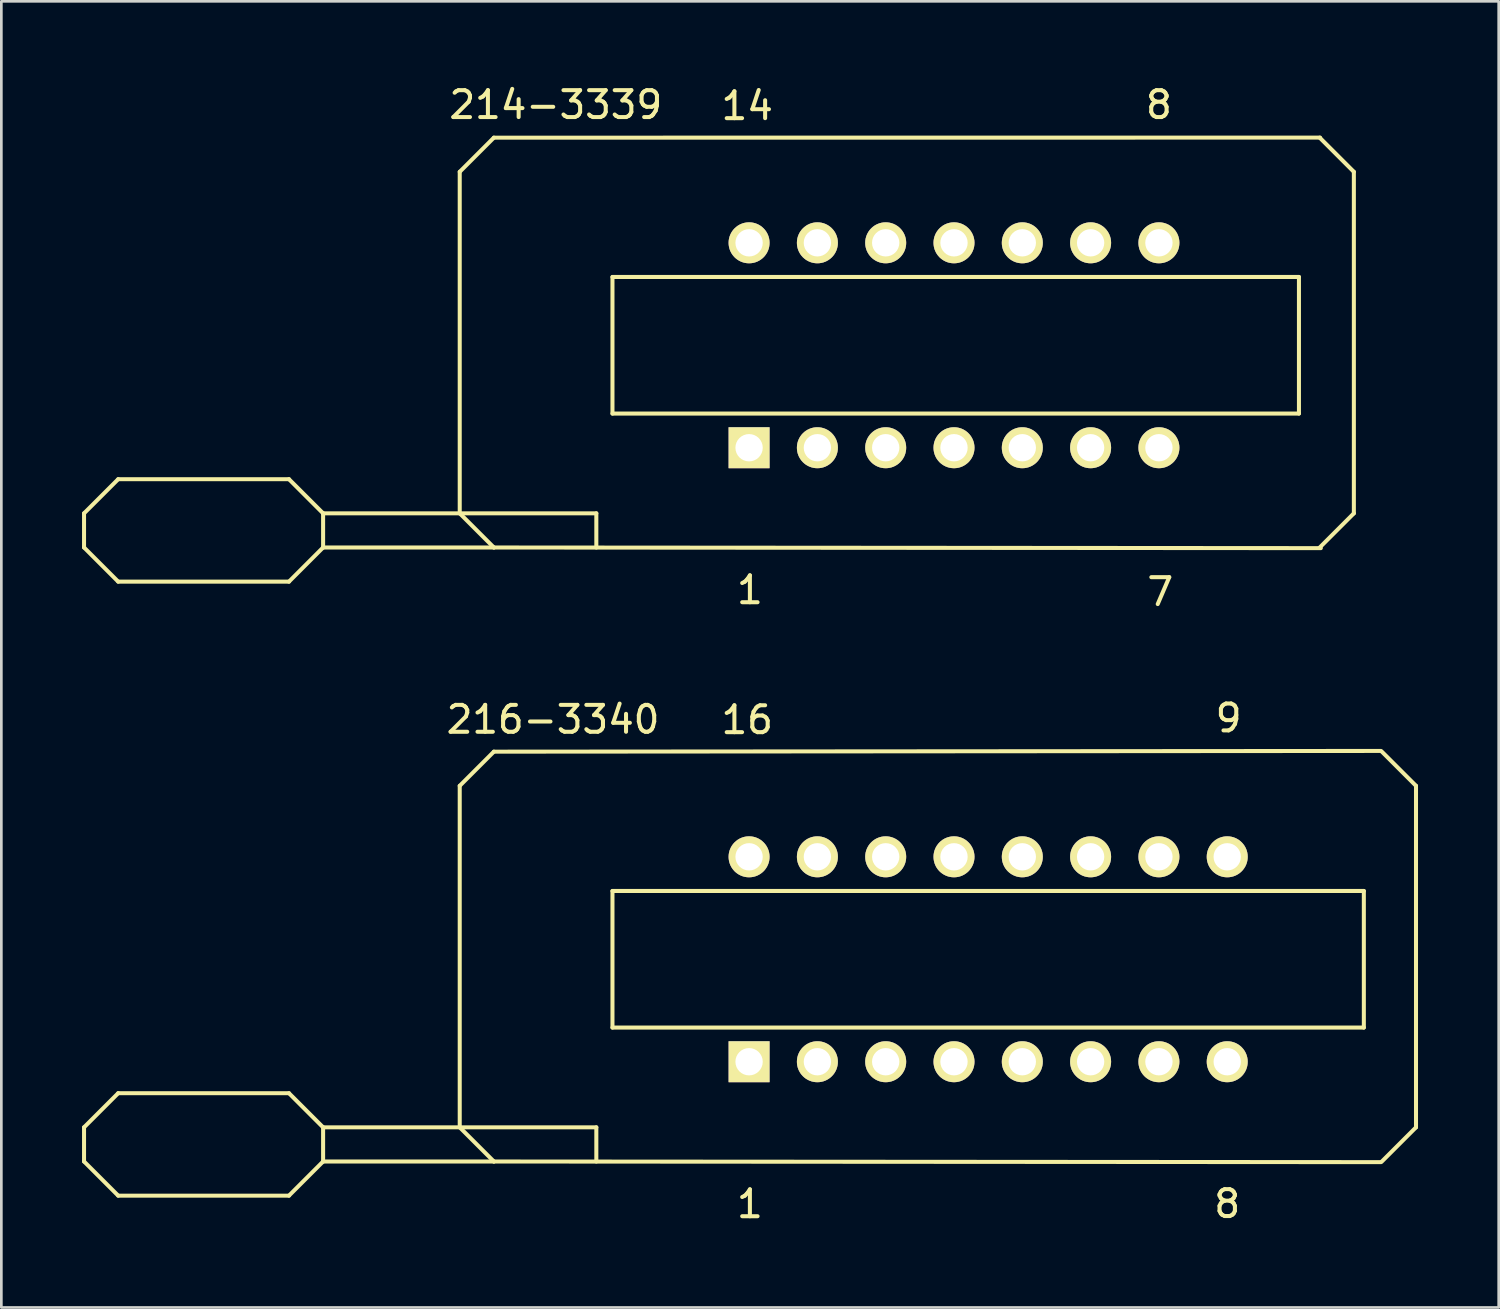
<source format=kicad_pcb>
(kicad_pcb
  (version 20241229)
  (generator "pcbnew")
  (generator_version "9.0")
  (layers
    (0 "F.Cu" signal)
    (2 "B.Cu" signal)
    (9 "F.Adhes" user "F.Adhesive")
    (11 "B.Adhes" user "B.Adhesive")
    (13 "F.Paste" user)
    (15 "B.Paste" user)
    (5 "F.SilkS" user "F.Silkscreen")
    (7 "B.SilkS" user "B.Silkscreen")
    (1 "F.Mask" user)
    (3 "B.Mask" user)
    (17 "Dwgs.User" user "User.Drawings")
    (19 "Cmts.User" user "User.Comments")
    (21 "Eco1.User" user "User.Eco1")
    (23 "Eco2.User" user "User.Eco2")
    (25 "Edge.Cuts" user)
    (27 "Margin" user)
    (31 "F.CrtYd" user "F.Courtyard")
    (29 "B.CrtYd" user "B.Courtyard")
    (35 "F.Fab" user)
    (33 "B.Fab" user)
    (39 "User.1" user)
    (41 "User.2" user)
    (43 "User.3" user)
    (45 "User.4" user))
  (footprint "216-3340"
    (layer "F.Cu")
    (at 36.235 32.621)
    (property "Reference" "216-3340" (at -18.72 -8.915 180) (layer "F.SilkS") (effects (font (size 1 1) (thickness 0.15))))
    (attr through_hole)
    (fp_line (start -36.16 6.25) (end -36.16 7.52) (stroke (width 0.15) (type solid)) (layer "F.SilkS"))
    (fp_line (start -36.16 7.52) (end -34.89 8.79) (stroke (width 0.15) (type solid)) (layer "F.SilkS"))
    (fp_line (start -34.89 4.98) (end -36.16 6.25) (stroke (width 0.15) (type solid)) (layer "F.SilkS"))
    (fp_line (start -34.89 8.79) (end -28.54 8.79) (stroke (width 0.15) (type solid)) (layer "F.SilkS"))
    (fp_line (start -28.54 4.98) (end -34.89 4.98) (stroke (width 0.15) (type solid)) (layer "F.SilkS"))
    (fp_line (start -28.54 8.79) (end -27.27 7.52) (stroke (width 0.15) (type solid)) (layer "F.SilkS"))
    (fp_line (start -27.27 6.25) (end -28.54 4.98) (stroke (width 0.15) (type solid)) (layer "F.SilkS"))
    (fp_line (start -27.27 6.25) (end -17.11 6.25) (stroke (width 0.15) (type solid)) (layer "F.SilkS"))
    (fp_line (start -27.27 7.52) (end -27.27 6.25) (stroke (width 0.15) (type solid)) (layer "F.SilkS"))
    (fp_line (start -27.27 7.52) (end -20.92 7.52) (stroke (width 0.15) (type solid)) (layer "F.SilkS"))
    (fp_line (start -22.19 -6.45) (end -20.92 -7.72) (stroke (width 0.15) (type solid)) (layer "F.SilkS"))
    (fp_line (start -22.19 6.25) (end -22.19 -6.45) (stroke (width 0.15) (type solid)) (layer "F.SilkS"))
    (fp_line (start -20.92 -7.72) (end 12.065 -7.747) (stroke (width 0.15) (type solid)) (layer "F.SilkS"))
    (fp_line (start -20.92 7.52) (end -22.19 6.25) (stroke (width 0.15) (type solid)) (layer "F.SilkS"))
    (fp_line (start -17.11 6.25) (end -17.11 7.52) (stroke (width 0.15) (type solid)) (layer "F.SilkS"))
    (fp_line (start -16.51 -2.54) (end -16.51 2.54) (stroke (width 0.15) (type solid)) (layer "F.SilkS"))
    (fp_line (start -16.51 2.54) (end 11.43 2.54) (stroke (width 0.15) (type solid)) (layer "F.SilkS"))
    (fp_line (start 11.43 -2.54) (end -16.51 -2.54) (stroke (width 0.15) (type solid)) (layer "F.SilkS"))
    (fp_line (start 11.43 2.54) (end 11.43 -2.54) (stroke (width 0.15) (type solid)) (layer "F.SilkS"))
    (fp_line (start 12.065 7.544) (end -20.92 7.52) (stroke (width 0.15) (type solid)) (layer "F.SilkS"))
    (fp_line (start 12.1 -7.72) (end 13.37 -6.45) (stroke (width 0.15) (type solid)) (layer "F.SilkS"))
    (fp_line (start 13.37 -6.45) (end 13.37 6.25) (stroke (width 0.15) (type solid)) (layer "F.SilkS"))
    (fp_line (start 13.37 6.25) (end 12.1 7.52) (stroke (width 0.15) (type solid)) (layer "F.SilkS"))
    (fp_text user "16" (at -11.5 -8.9 0) (layer "F.SilkS") (effects (font (size 1 1) (thickness 0.15))))
    (fp_text user "8" (at 6.35 9.093 0) (layer "F.SilkS") (effects (font (size 1 1) (thickness 0.15))))
    (fp_text user "1" (at -11.4 9.1 0) (layer "F.SilkS") (effects (font (size 1 1) (thickness 0.15))))
    (fp_text user "9" (at 6.401 -8.966 0) (layer "F.SilkS") (effects (font (size 1 1) (thickness 0.15))))
    (pad "1" thru_hole rect (at -11.43 3.81) (size 1.524 1.524) (drill 1.016) (layers "*.Cu" "*.Mask" "F.SilkS"))
    (pad "2" thru_hole circle (at -8.89 3.81) (size 1.524 1.524) (drill 1.016) (layers "*.Cu" "*.Mask" "F.SilkS"))
    (pad "3" thru_hole circle (at -6.35 3.81) (size 1.524 1.524) (drill 1.016) (layers "*.Cu" "*.Mask" "F.SilkS"))
    (pad "4" thru_hole circle (at -3.81 3.81) (size 1.524 1.524) (drill 1.016) (layers "*.Cu" "*.Mask" "F.SilkS"))
    (pad "5" thru_hole circle (at -1.27 3.81) (size 1.524 1.524) (drill 1.016) (layers "*.Cu" "*.Mask" "F.SilkS"))
    (pad "6" thru_hole circle (at 1.27 3.81) (size 1.524 1.524) (drill 1.016) (layers "*.Cu" "*.Mask" "F.SilkS"))
    (pad "7" thru_hole circle (at 3.81 3.81) (size 1.524 1.524) (drill 1.016) (layers "*.Cu" "*.Mask" "F.SilkS"))
    (pad "8" thru_hole circle (at 6.35 3.81) (size 1.524 1.524) (drill 1.016) (layers "*.Cu" "*.Mask" "F.SilkS"))
    (pad "9" thru_hole circle (at 6.35 -3.81) (size 1.524 1.524) (drill 1.016) (layers "*.Cu" "*.Mask" "F.SilkS"))
    (pad "10" thru_hole circle (at 3.81 -3.81) (size 1.524 1.524) (drill 1.016) (layers "*.Cu" "*.Mask" "F.SilkS"))
    (pad "11" thru_hole circle (at 1.27 -3.81) (size 1.524 1.524) (drill 1.016) (layers "*.Cu" "*.Mask" "F.SilkS"))
    (pad "12" thru_hole circle (at -1.27 -3.81) (size 1.524 1.524) (drill 1.016) (layers "*.Cu" "*.Mask" "F.SilkS"))
    (pad "13" thru_hole circle (at -3.81 -3.81) (size 1.524 1.524) (drill 1.016) (layers "*.Cu" "*.Mask" "F.SilkS"))
    (pad "14" thru_hole circle (at -6.35 -3.81) (size 1.524 1.524) (drill 1.016) (layers "*.Cu" "*.Mask" "F.SilkS"))
    (pad "15" thru_hole circle (at -8.89 -3.81) (size 1.524 1.524) (drill 1.016) (layers "*.Cu" "*.Mask" "F.SilkS"))
    (pad "16" thru_hole circle (at -11.43 -3.81) (size 1.524 1.524) (drill 1.016) (layers "*.Cu" "*.Mask" "F.SilkS")))
  (footprint "214-3339"
    (layer "F.Cu")
    (at 36.235 9.789)
    (property "Reference" "214-3339" (at -18.618 -8.941 180) (layer "F.SilkS") (effects (font (size 1 1) (thickness 0.15))))
    (attr through_hole)
    (fp_line (start -36.16 6.25) (end -36.16 7.52) (stroke (width 0.15) (type solid)) (layer "F.SilkS"))
    (fp_line (start -36.16 7.52) (end -34.89 8.79) (stroke (width 0.15) (type solid)) (layer "F.SilkS"))
    (fp_line (start -34.89 4.98) (end -36.16 6.25) (stroke (width 0.15) (type solid)) (layer "F.SilkS"))
    (fp_line (start -34.89 8.79) (end -28.54 8.79) (stroke (width 0.15) (type solid)) (layer "F.SilkS"))
    (fp_line (start -28.54 4.98) (end -34.89 4.98) (stroke (width 0.15) (type solid)) (layer "F.SilkS"))
    (fp_line (start -28.54 8.79) (end -27.27 7.52) (stroke (width 0.15) (type solid)) (layer "F.SilkS"))
    (fp_line (start -27.27 6.25) (end -28.54 4.98) (stroke (width 0.15) (type solid)) (layer "F.SilkS"))
    (fp_line (start -27.27 6.25) (end -17.11 6.25) (stroke (width 0.15) (type solid)) (layer "F.SilkS"))
    (fp_line (start -27.27 7.52) (end -27.27 6.25) (stroke (width 0.15) (type solid)) (layer "F.SilkS"))
    (fp_line (start -27.27 7.52) (end -20.92 7.52) (stroke (width 0.15) (type solid)) (layer "F.SilkS"))
    (fp_line (start -22.19 -6.45) (end -20.92 -7.72) (stroke (width 0.15) (type solid)) (layer "F.SilkS"))
    (fp_line (start -22.19 6.25) (end -22.19 -6.45) (stroke (width 0.15) (type solid)) (layer "F.SilkS"))
    (fp_line (start -20.92 -7.72) (end 9.804 -7.722) (stroke (width 0.15) (type solid)) (layer "F.SilkS"))
    (fp_line (start -20.92 7.52) (end -22.19 6.25) (stroke (width 0.15) (type solid)) (layer "F.SilkS"))
    (fp_line (start -17.11 6.25) (end -17.11 7.52) (stroke (width 0.15) (type solid)) (layer "F.SilkS"))
    (fp_line (start -16.51 -2.54) (end -16.51 2.54) (stroke (width 0.15) (type solid)) (layer "F.SilkS"))
    (fp_line (start -16.51 2.54) (end 9.017 2.54) (stroke (width 0.15) (type solid)) (layer "F.SilkS"))
    (fp_line (start 9.017 -2.54) (end -16.51 -2.54) (stroke (width 0.15) (type solid)) (layer "F.SilkS"))
    (fp_line (start 9.017 2.54) (end 9.017 -2.54) (stroke (width 0.15) (type solid)) (layer "F.SilkS"))
    (fp_line (start 9.789 -7.72) (end 11.059 -6.45) (stroke (width 0.15) (type solid)) (layer "F.SilkS"))
    (fp_line (start 9.83 7.544) (end -20.92 7.52) (stroke (width 0.15) (type solid)) (layer "F.SilkS"))
    (fp_line (start 11.059 -6.45) (end 11.059 6.25) (stroke (width 0.15) (type solid)) (layer "F.SilkS"))
    (fp_line (start 11.059 6.25) (end 9.789 7.52) (stroke (width 0.15) (type solid)) (layer "F.SilkS"))
    (fp_text user "8" (at 3.81 -8.941 0) (layer "F.SilkS") (effects (font (size 1 1) (thickness 0.15))))
    (fp_text user "14" (at -11.5 -8.9 0) (layer "F.SilkS") (effects (font (size 1 1) (thickness 0.15))))
    (fp_text user "7" (at 3.861 9.169 0) (layer "F.SilkS") (effects (font (size 1 1) (thickness 0.15))))
    (fp_text user "1" (at -11.4 9.1 0) (layer "F.SilkS") (effects (font (size 1 1) (thickness 0.15))))
    (pad "1" thru_hole rect (at -11.43 3.81) (size 1.524 1.524) (drill 1.016) (layers "*.Cu" "*.Mask" "F.SilkS"))
    (pad "2" thru_hole circle (at -8.89 3.81) (size 1.524 1.524) (drill 1.016) (layers "*.Cu" "*.Mask" "F.SilkS"))
    (pad "3" thru_hole circle (at -6.35 3.81) (size 1.524 1.524) (drill 1.016) (layers "*.Cu" "*.Mask" "F.SilkS"))
    (pad "4" thru_hole circle (at -3.81 3.81) (size 1.524 1.524) (drill 1.016) (layers "*.Cu" "*.Mask" "F.SilkS"))
    (pad "5" thru_hole circle (at -1.27 3.81) (size 1.524 1.524) (drill 1.016) (layers "*.Cu" "*.Mask" "F.SilkS"))
    (pad "6" thru_hole circle (at 1.27 3.81) (size 1.524 1.524) (drill 1.016) (layers "*.Cu" "*.Mask" "F.SilkS"))
    (pad "7" thru_hole circle (at 3.81 3.81) (size 1.524 1.524) (drill 1.016) (layers "*.Cu" "*.Mask" "F.SilkS"))
    (pad "8" thru_hole circle (at 3.81 -3.81) (size 1.524 1.524) (drill 1.016) (layers "*.Cu" "*.Mask" "F.SilkS"))
    (pad "9" thru_hole circle (at 1.27 -3.81) (size 1.524 1.524) (drill 1.016) (layers "*.Cu" "*.Mask" "F.SilkS"))
    (pad "10" thru_hole circle (at -1.27 -3.81) (size 1.524 1.524) (drill 1.016) (layers "*.Cu" "*.Mask" "F.SilkS"))
    (pad "11" thru_hole circle (at -3.81 -3.81) (size 1.524 1.524) (drill 1.016) (layers "*.Cu" "*.Mask" "F.SilkS"))
    (pad "12" thru_hole circle (at -6.35 -3.81) (size 1.524 1.524) (drill 1.016) (layers "*.Cu" "*.Mask" "F.SilkS"))
    (pad "13" thru_hole circle (at -8.89 -3.81) (size 1.524 1.524) (drill 1.016) (layers "*.Cu" "*.Mask" "F.SilkS"))
    (pad "14" thru_hole circle (at -11.43 -3.81) (size 1.524 1.524) (drill 1.016) (layers "*.Cu" "*.Mask" "F.SilkS")))
  (gr_rect
    (start -3 -3)
    (end 52.68 45.569)
    (stroke (width 0.1) (type default))
    (fill no)
    (layer "Edge.Cuts")))
</source>
